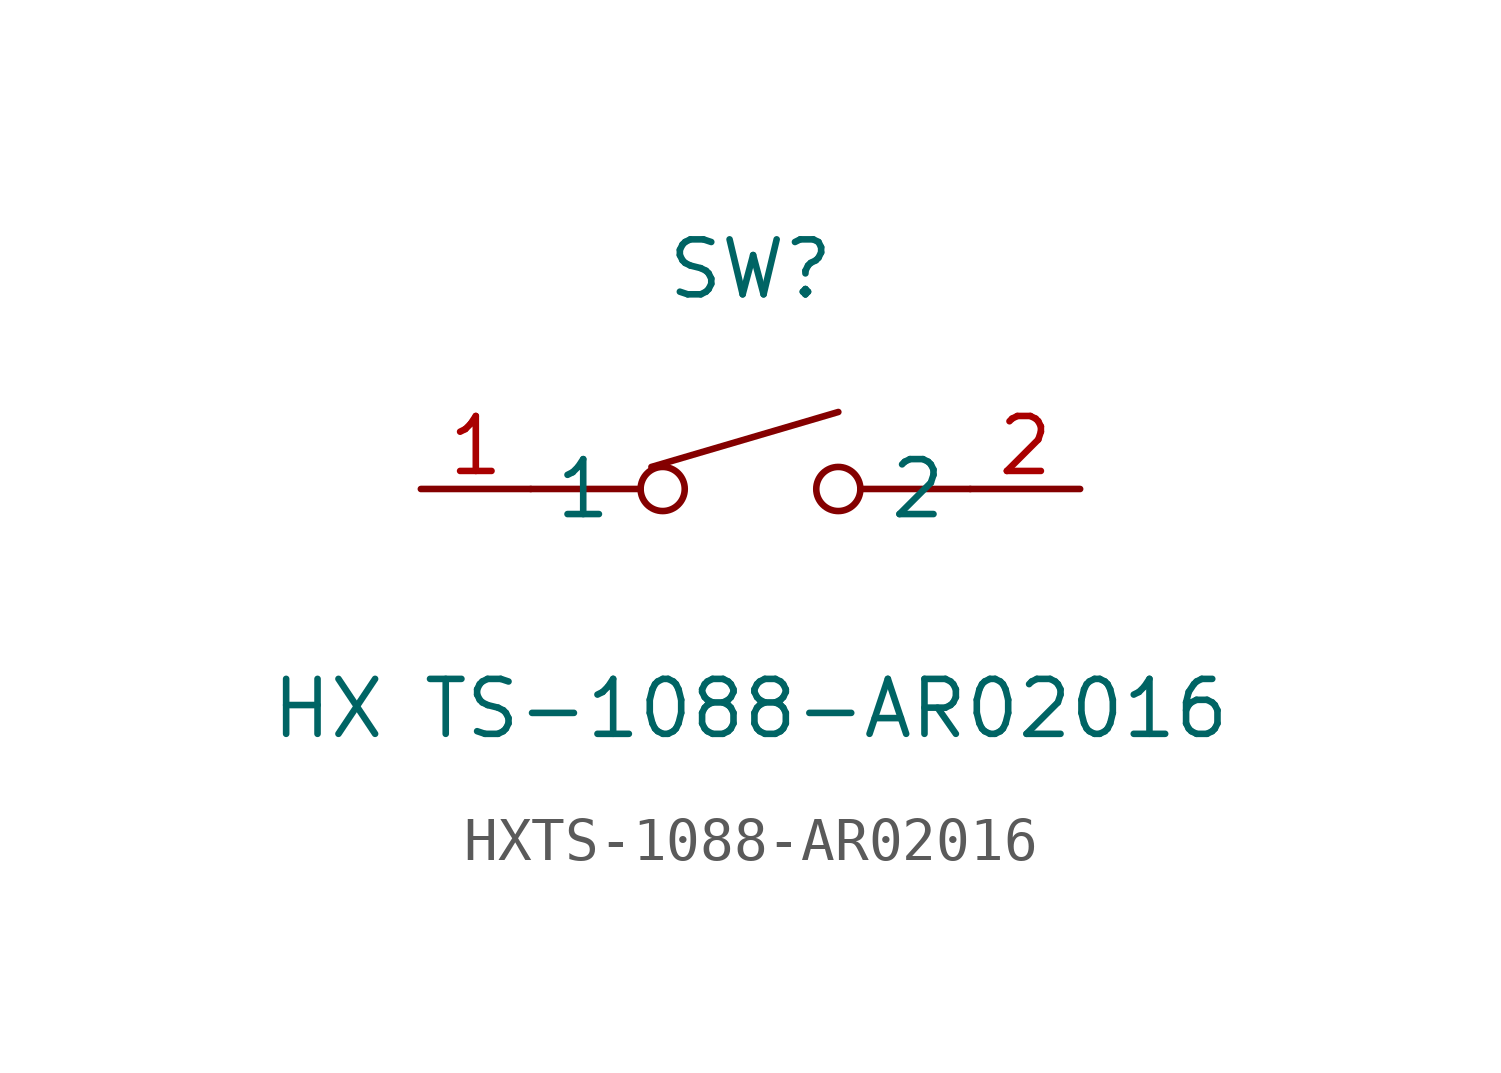
<source format=kicad_sym>
(kicad_symbol_lib
  (version 20211014)
  (generator https://github.com/uPesy/easyeda2kicad.py)
  (symbol "HXTS-1088-AR02016"
    (property "Reference" "SW"
      (at 0 5.08 0)
      (effects (font (size 1.27 1.27))))
    (property "Value" "HX TS-1088-AR02016"
      (at 0 -5.08 0)
      (effects (font (size 1.27 1.27))))
    (symbol "HXTS-1088-AR02016_0_1"
      (circle (center -2.03 -0.00) (radius 0.51) (stroke (width 0) (type default) (color 0 0 0 0)) (fill (type none)))
      (circle (center 2.03 -0.00) (radius 0.51) (stroke (width 0) (type default) (color 0 0 0 0)) (fill (type none)))
      (polyline (pts (xy -5.08 -0.00) (xy -2.54 -0.00)) (stroke (width 0) (type default) (color 0 0 0 0)) (fill (type none)))
      (polyline (pts (xy 5.08 -0.00) (xy 2.54 -0.00)) (stroke (width 0) (type default) (color 0 0 0 0)) (fill (type none)))
      (polyline (pts (xy -2.29 0.51) (xy 2.03 1.78)) (stroke (width 0) (type default) (color 0 0 0 0)) (fill (type none)))
      (pin unspecified line (at -7.62 -0.00 0) (length 2.54) (name "1" (effects (font (size 1.27 1.27)))) (number "1" (effects (font (size 1.27 1.27)))))
      (pin unspecified line (at 7.62 -0.00 180) (length 2.54) (name "2" (effects (font (size 1.27 1.27)))) (number "2" (effects (font (size 1.27 1.27))))))))
</source>
